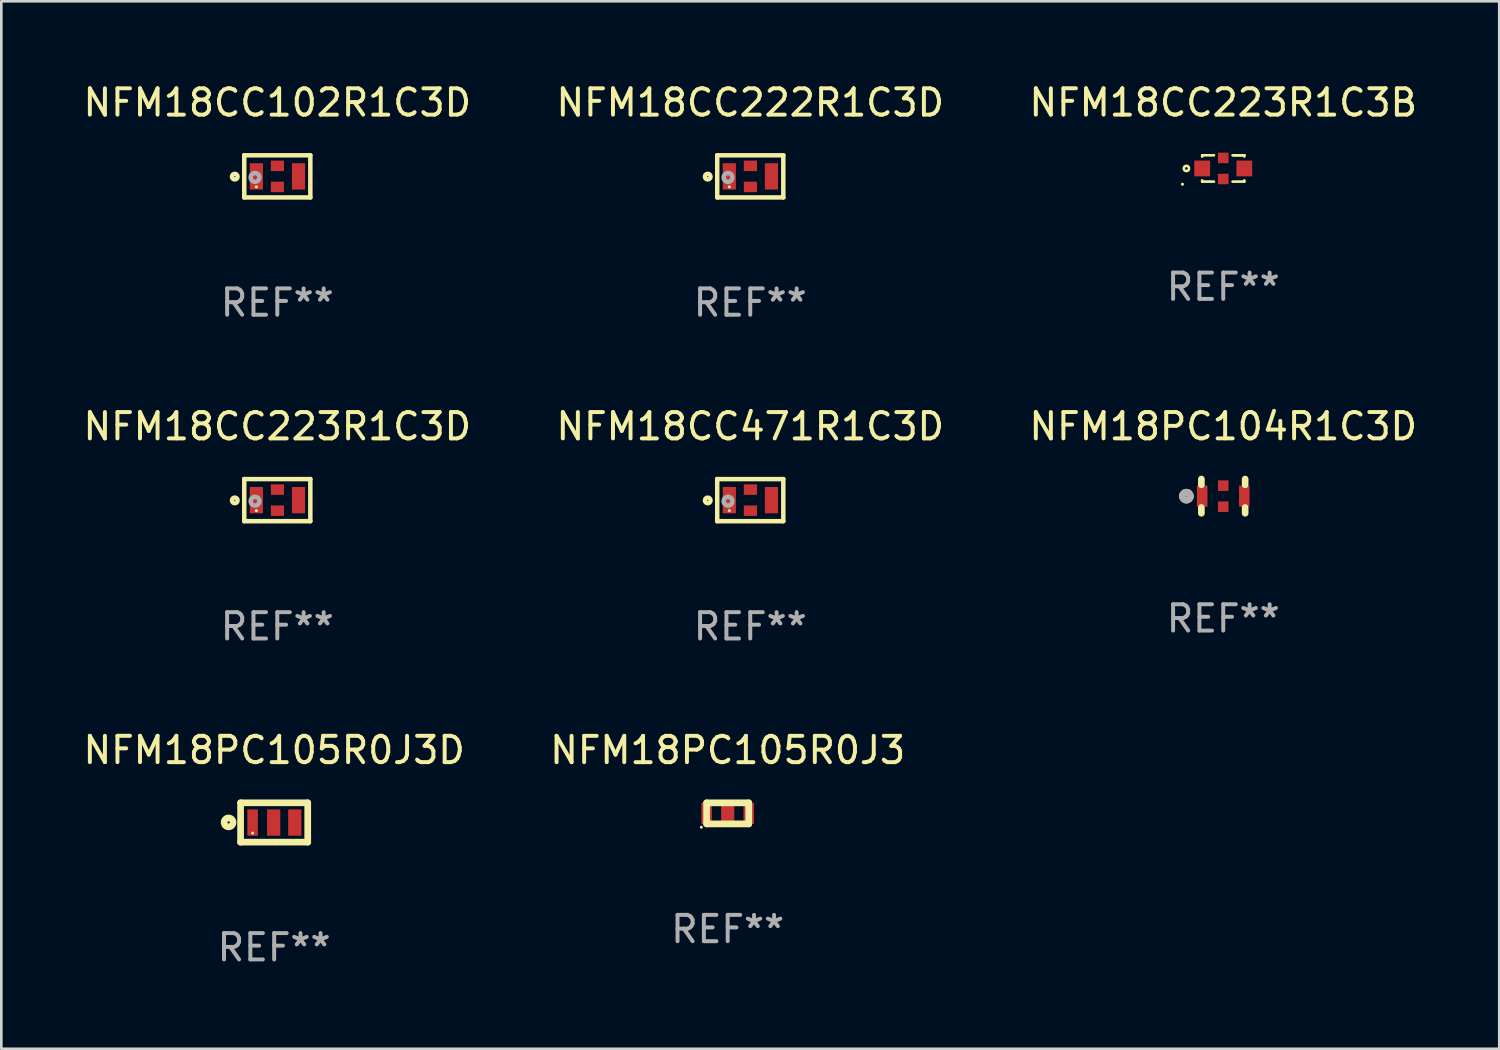
<source format=kicad_pcb>
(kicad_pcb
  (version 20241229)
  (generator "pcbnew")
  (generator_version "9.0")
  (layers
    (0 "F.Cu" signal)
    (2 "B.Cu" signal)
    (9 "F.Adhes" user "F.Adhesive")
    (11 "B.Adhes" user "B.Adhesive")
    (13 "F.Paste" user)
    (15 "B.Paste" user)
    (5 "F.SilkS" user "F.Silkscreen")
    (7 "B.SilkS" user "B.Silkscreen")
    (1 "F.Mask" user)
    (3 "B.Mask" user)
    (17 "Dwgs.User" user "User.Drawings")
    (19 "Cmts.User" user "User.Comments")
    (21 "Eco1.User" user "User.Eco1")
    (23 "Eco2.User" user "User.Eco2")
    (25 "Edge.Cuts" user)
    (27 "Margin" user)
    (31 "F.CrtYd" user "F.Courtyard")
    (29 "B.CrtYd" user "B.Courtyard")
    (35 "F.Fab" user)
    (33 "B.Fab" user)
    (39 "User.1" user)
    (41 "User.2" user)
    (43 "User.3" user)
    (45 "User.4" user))
  (footprint "NFM18CC102R1C3D"
    (layer "F.Cu")
    (at 7.482 3.649)
    (property "Reference" "NFM18CC102R1C3D" (at 0 -2.8 0) (layer "F.SilkS") (effects (font (size 1 1) (thickness 0.15))))
    (attr through_hole)
    (fp_line (start -1.255 -0.8) (end -1.255 -0.8) (stroke (width 0.17) (type solid)) (layer "F.SilkS"))
    (fp_line (start -1.255 -0.8) (end -1.255 0.8) (stroke (width 0.17) (type solid)) (layer "F.SilkS"))
    (fp_line (start -1.255 0.8) (end 1.255 0.8) (stroke (width 0.17) (type solid)) (layer "F.SilkS"))
    (fp_line (start 1.255 -0.8) (end -1.255 -0.8) (stroke (width 0.17) (type solid)) (layer "F.SilkS"))
    (fp_line (start 1.255 0.8) (end 1.255 -0.8) (stroke (width 0.17) (type solid)) (layer "F.SilkS"))
    (fp_circle (center -1.615 0.01) (end -1.508 0.01) (stroke (width 0.17) (type solid)) (fill no) (layer "F.SilkS"))
    (fp_circle (center -0.795 0.4) (end -0.765 0.4) (stroke (width 0.06) (type solid)) (fill no) (layer "F.SilkS"))
    (fp_circle (center -0.845 0.04) (end -0.764 0.04) (stroke (width 0.17) (type solid)) (fill no) (layer "F.Fab"))
    (fp_text user "REF**" (at 0 4.8 0) (layer "F.Fab") (effects (font (size 1 1) (thickness 0.15))))
    (pad "1" smd rect (at -0.795 -0.000279 90) (size 1 0.5) (layers "F.Cu" "F.Mask" "F.Paste"))
    (pad "2" smd rect (at 0.005 -0.4 180) (size 0.5 0.4) (layers "F.Cu" "F.Mask" "F.Paste"))
    (pad "2" smd rect (at 0.005 0.4 180) (size 0.5 0.4) (layers "F.Cu" "F.Mask" "F.Paste"))
    (pad "3" smd rect (at 0.805 -0.000279 90) (size 1 0.5) (layers "F.Cu" "F.Mask" "F.Paste")))
  (footprint "NFM18CC223R1C3D"
    (layer "F.Cu")
    (at 7.482 15.946)
    (property "Reference" "NFM18CC223R1C3D" (at 0 -2.8 0) (layer "F.SilkS") (effects (font (size 1 1) (thickness 0.15))))
    (attr through_hole)
    (fp_line (start -1.255 -0.8) (end -1.255 -0.8) (stroke (width 0.17) (type solid)) (layer "F.SilkS"))
    (fp_line (start -1.255 -0.8) (end -1.255 0.8) (stroke (width 0.17) (type solid)) (layer "F.SilkS"))
    (fp_line (start -1.255 0.8) (end 1.255 0.8) (stroke (width 0.17) (type solid)) (layer "F.SilkS"))
    (fp_line (start 1.255 -0.8) (end -1.255 -0.8) (stroke (width 0.17) (type solid)) (layer "F.SilkS"))
    (fp_line (start 1.255 0.8) (end 1.255 -0.8) (stroke (width 0.17) (type solid)) (layer "F.SilkS"))
    (fp_circle (center -1.615 0.01) (end -1.508 0.01) (stroke (width 0.17) (type solid)) (fill no) (layer "F.SilkS"))
    (fp_circle (center -0.795 0.4) (end -0.765 0.4) (stroke (width 0.06) (type solid)) (fill no) (layer "F.SilkS"))
    (fp_circle (center -0.845 0.04) (end -0.764 0.04) (stroke (width 0.17) (type solid)) (fill no) (layer "F.Fab"))
    (fp_text user "REF**" (at 0 4.8 0) (layer "F.Fab") (effects (font (size 1 1) (thickness 0.15))))
    (pad "1" smd rect (at -0.795 -0.000279 90) (size 1 0.5) (layers "F.Cu" "F.Mask" "F.Paste"))
    (pad "2" smd rect (at 0.005 -0.4 180) (size 0.5 0.4) (layers "F.Cu" "F.Mask" "F.Paste"))
    (pad "2" smd rect (at 0.005 0.4 180) (size 0.5 0.4) (layers "F.Cu" "F.Mask" "F.Paste"))
    (pad "3" smd rect (at 0.805 -0.000279 90) (size 1 0.5) (layers "F.Cu" "F.Mask" "F.Paste")))
  (footprint "NFM18CC471R1C3D"
    (layer "F.Cu")
    (at 25.446 15.946)
    (property "Reference" "NFM18CC471R1C3D" (at 0 -2.8 0) (layer "F.SilkS") (effects (font (size 1 1) (thickness 0.15))))
    (attr through_hole)
    (fp_line (start -1.255 -0.8) (end -1.255 -0.8) (stroke (width 0.17) (type solid)) (layer "F.SilkS"))
    (fp_line (start -1.255 -0.8) (end -1.255 0.8) (stroke (width 0.17) (type solid)) (layer "F.SilkS"))
    (fp_line (start -1.255 0.8) (end 1.255 0.8) (stroke (width 0.17) (type solid)) (layer "F.SilkS"))
    (fp_line (start 1.255 -0.8) (end -1.255 -0.8) (stroke (width 0.17) (type solid)) (layer "F.SilkS"))
    (fp_line (start 1.255 0.8) (end 1.255 -0.8) (stroke (width 0.17) (type solid)) (layer "F.SilkS"))
    (fp_circle (center -1.615 0.01) (end -1.508 0.01) (stroke (width 0.17) (type solid)) (fill no) (layer "F.SilkS"))
    (fp_circle (center -0.795 0.4) (end -0.765 0.4) (stroke (width 0.06) (type solid)) (fill no) (layer "F.SilkS"))
    (fp_circle (center -0.845 0.04) (end -0.764 0.04) (stroke (width 0.17) (type solid)) (fill no) (layer "F.Fab"))
    (fp_text user "REF**" (at 0 4.8 0) (layer "F.Fab") (effects (font (size 1 1) (thickness 0.15))))
    (pad "1" smd rect (at -0.795 -0.000279 90) (size 1 0.5) (layers "F.Cu" "F.Mask" "F.Paste"))
    (pad "2" smd rect (at 0.005 -0.4 180) (size 0.5 0.4) (layers "F.Cu" "F.Mask" "F.Paste"))
    (pad "2" smd rect (at 0.005 0.4 180) (size 0.5 0.4) (layers "F.Cu" "F.Mask" "F.Paste"))
    (pad "3" smd rect (at 0.805 -0.000279 90) (size 1 0.5) (layers "F.Cu" "F.Mask" "F.Paste")))
  (footprint "NFM18PC104R1C3D"
    (layer "F.Cu")
    (at 43.411 15.795)
    (property "Reference" "NFM18PC104R1C3D" (at 0 -2.65 0) (layer "F.SilkS") (effects (font (size 1 1) (thickness 0.15))))
    (attr through_hole)
    (fp_line (start -0.831 -0.65) (end -0.831 -0.431) (stroke (width 0.254) (type solid)) (layer "F.SilkS"))
    (fp_line (start -0.831 0.431) (end -0.831 0.65) (stroke (width 0.254) (type solid)) (layer "F.SilkS"))
    (fp_line (start 0.831 -0.65) (end 0.831 -0.431) (stroke (width 0.254) (type solid)) (layer "F.SilkS"))
    (fp_line (start 0.831 0.431) (end 0.831 0.65) (stroke (width 0.254) (type solid)) (layer "F.SilkS"))
    (fp_circle (center -1.4 0) (end -1.25 0) (stroke (width 0.254) (type solid)) (fill no) (layer "F.SilkS"))
    (fp_circle (center -0.8 0.4) (end -0.77 0.4) (stroke (width 0.06) (type solid)) (fill no) (layer "F.SilkS"))
    (fp_circle (center -1.4 0) (end -1.25 0) (stroke (width 0.254) (type solid)) (fill no) (layer "F.Fab"))
    (fp_text user "REF**" (at 0 4.65 0) (layer "F.Fab") (effects (font (size 1 1) (thickness 0.15))))
    (pad "1" smd rect (at -0.8 0) (size 0.4 0.8) (layers "F.Cu" "F.Mask" "F.Paste"))
    (pad "2" smd rect (at 0.000025 -0.4) (size 0.4 0.4) (layers "F.Cu" "F.Mask" "F.Paste"))
    (pad "2" smd rect (at 0.000025 0.4) (size 0.4 0.4) (layers "F.Cu" "F.Mask" "F.Paste"))
    (pad "3" smd rect (at 0.8 0) (size 0.4 0.8) (layers "F.Cu" "F.Mask" "F.Paste")))
  (footprint "NFM18PC105R0J3"
    (layer "F.Cu")
    (at 24.589 27.843)
    (property "Reference" "NFM18PC105R0J3" (at 0 -2.4 0) (layer "F.SilkS") (effects (font (size 1 1) (thickness 0.15))))
    (attr through_hole)
    (fp_line (start -0.8 -0.4) (end 0.8 -0.4) (stroke (width 0.254) (type solid)) (layer "F.SilkS"))
    (fp_line (start -0.8 0.4) (end -0.8 -0.4) (stroke (width 0.254) (type solid)) (layer "F.SilkS"))
    (fp_line (start 0.8 -0.4) (end 0.8 0.4) (stroke (width 0.254) (type solid)) (layer "F.SilkS"))
    (fp_line (start 0.8 0.4) (end -0.8 0.4) (stroke (width 0.254) (type solid)) (layer "F.SilkS"))
    (fp_circle (center -1 0.527) (end -0.97 0.527) (stroke (width 0.06) (type solid)) (fill no) (layer "F.SilkS"))
    (fp_text user "REF**" (at 0 4.4 0) (layer "F.Fab") (effects (font (size 1 1) (thickness 0.15))))
    (pad "1" smd rect (at -0.8 0 90) (size 0.8 0.4) (layers "F.Cu" "F.Mask" "F.Paste"))
    (pad "2" smd rect (at 0.000254 0 90) (size 0.8 0.5) (layers "F.Cu" "F.Mask" "F.Paste"))
    (pad "3" smd rect (at 0.8 0) (size 0.4 0.8) (layers "F.Cu" "F.Mask" "F.Paste")))
  (footprint "NFM18PC105R0J3D"
    (layer "F.Cu")
    (at 7.363 28.189)
    (property "Reference" "NFM18PC105R0J3D" (at 0 -2.747 0) (layer "F.SilkS") (effects (font (size 1 1) (thickness 0.15))))
    (attr through_hole)
    (fp_line (start -1.275 -0.747) (end -1.275 0.747) (stroke (width 0.254) (type solid)) (layer "F.SilkS"))
    (fp_line (start -1.275 -0.747) (end 1.275 -0.747) (stroke (width 0.254) (type solid)) (layer "F.SilkS"))
    (fp_line (start 1.275 -0.747) (end 1.275 0.747) (stroke (width 0.254) (type solid)) (layer "F.SilkS"))
    (fp_line (start 1.275 0.747) (end -1.275 0.747) (stroke (width 0.254) (type solid)) (layer "F.SilkS"))
    (fp_circle (center -1.731 -0.003) (end -1.562 -0.003) (stroke (width 0.254) (type solid)) (fill no) (layer "F.SilkS"))
    (fp_circle (center -0.818 0.403) (end -0.788 0.403) (stroke (width 0.06) (type solid)) (fill no) (layer "F.SilkS"))
    (fp_text user "REF**" (at 0 4.747 0) (layer "F.Fab") (effects (font (size 1 1) (thickness 0.15))))
    (pad "1" smd rect (at -0.818 0.003 90) (size 1 0.4) (layers "F.Cu" "F.Mask" "F.Paste"))
    (pad "2" smd rect (at -0.018 0.003 90) (size 1 0.5) (layers "F.Cu" "F.Mask" "F.Paste"))
    (pad "3" smd rect (at 0.782 0.003 90) (size 1 0.5) (layers "F.Cu" "F.Mask" "F.Paste")))
  (footprint "NFM18CC222R1C3D"
    (layer "F.Cu")
    (at 25.446 3.649)
    (property "Reference" "NFM18CC222R1C3D" (at 0 -2.8 0) (layer "F.SilkS") (effects (font (size 1 1) (thickness 0.15))))
    (attr through_hole)
    (fp_line (start -1.255 -0.8) (end -1.255 -0.8) (stroke (width 0.17) (type solid)) (layer "F.SilkS"))
    (fp_line (start -1.255 -0.8) (end -1.255 0.8) (stroke (width 0.17) (type solid)) (layer "F.SilkS"))
    (fp_line (start -1.255 0.8) (end 1.255 0.8) (stroke (width 0.17) (type solid)) (layer "F.SilkS"))
    (fp_line (start 1.255 -0.8) (end -1.255 -0.8) (stroke (width 0.17) (type solid)) (layer "F.SilkS"))
    (fp_line (start 1.255 0.8) (end 1.255 -0.8) (stroke (width 0.17) (type solid)) (layer "F.SilkS"))
    (fp_circle (center -1.615 0.01) (end -1.508 0.01) (stroke (width 0.17) (type solid)) (fill no) (layer "F.SilkS"))
    (fp_circle (center -0.795 0.4) (end -0.765 0.4) (stroke (width 0.06) (type solid)) (fill no) (layer "F.SilkS"))
    (fp_circle (center -0.845 0.04) (end -0.764 0.04) (stroke (width 0.17) (type solid)) (fill no) (layer "F.Fab"))
    (fp_text user "REF**" (at 0 4.8 0) (layer "F.Fab") (effects (font (size 1 1) (thickness 0.15))))
    (pad "1" smd rect (at -0.795 -0.000279 90) (size 1 0.5) (layers "F.Cu" "F.Mask" "F.Paste"))
    (pad "2" smd rect (at 0.005 -0.4 180) (size 0.5 0.4) (layers "F.Cu" "F.Mask" "F.Paste"))
    (pad "2" smd rect (at 0.005 0.4 180) (size 0.5 0.4) (layers "F.Cu" "F.Mask" "F.Paste"))
    (pad "3" smd rect (at 0.805 -0.000279 90) (size 1 0.5) (layers "F.Cu" "F.Mask" "F.Paste")))
  (footprint "NFM18CC223R1C3B"
    (layer "F.Cu")
    (at 43.411 3.348)
    (property "Reference" "NFM18CC223R1C3B" (at 0 -2.5 0) (layer "F.SilkS") (effects (font (size 1 1) (thickness 0.15))))
    (attr through_hole)
    (fp_line (start -0.8 -0.5) (end -0.354 -0.5) (stroke (width 0.1) (type solid)) (layer "F.SilkS"))
    (fp_line (start -0.8 -0.454) (end -0.8 -0.5) (stroke (width 0.1) (type solid)) (layer "F.SilkS"))
    (fp_line (start -0.8 0.5) (end -0.8 0.454) (stroke (width 0.1) (type solid)) (layer "F.SilkS"))
    (fp_line (start -0.354 0.5) (end -0.8 0.5) (stroke (width 0.1) (type solid)) (layer "F.SilkS"))
    (fp_line (start 0.354 -0.5) (end 0.8 -0.5) (stroke (width 0.1) (type solid)) (layer "F.SilkS"))
    (fp_line (start 0.4 -0.5) (end 0.8 -0.5) (stroke (width 0.1) (type solid)) (layer "F.SilkS"))
    (fp_line (start 0.8 -0.5) (end 0.8 -0.454) (stroke (width 0.1) (type solid)) (layer "F.SilkS"))
    (fp_line (start 0.8 0.454) (end 0.8 0.5) (stroke (width 0.1) (type solid)) (layer "F.SilkS"))
    (fp_line (start 0.8 0.5) (end 0.354 0.5) (stroke (width 0.1) (type solid)) (layer "F.SilkS"))
    (fp_circle (center -1.55 0.6) (end -1.52 0.6) (stroke (width 0.06) (type solid)) (fill no) (layer "F.SilkS"))
    (fp_circle (center -1.4 0) (end -1.3 0) (stroke (width 0.1) (type solid)) (fill no) (layer "F.SilkS"))
    (fp_text user "REF**" (at 0 4.5 0) (layer "F.Fab") (effects (font (size 1 1) (thickness 0.15))))
    (pad "1" smd rect (at -0.8 0 90) (size 0.6 0.6) (layers "F.Cu" "F.Mask" "F.Paste"))
    (pad "2" smd rect (at 0 -0.4 180) (size 0.4 0.4) (layers "F.Cu" "F.Mask" "F.Paste"))
    (pad "2" smd rect (at 0 0.4 180) (size 0.4 0.4) (layers "F.Cu" "F.Mask" "F.Paste"))
    (pad "3" smd rect (at 0.8 0 90) (size 0.6 0.6) (layers "F.Cu" "F.Mask" "F.Paste")))
  (gr_rect
    (start -3 -3)
    (end 53.893 36.784)
    (stroke (width 0.1) (type default))
    (fill no)
    (layer "Edge.Cuts")))
</source>
